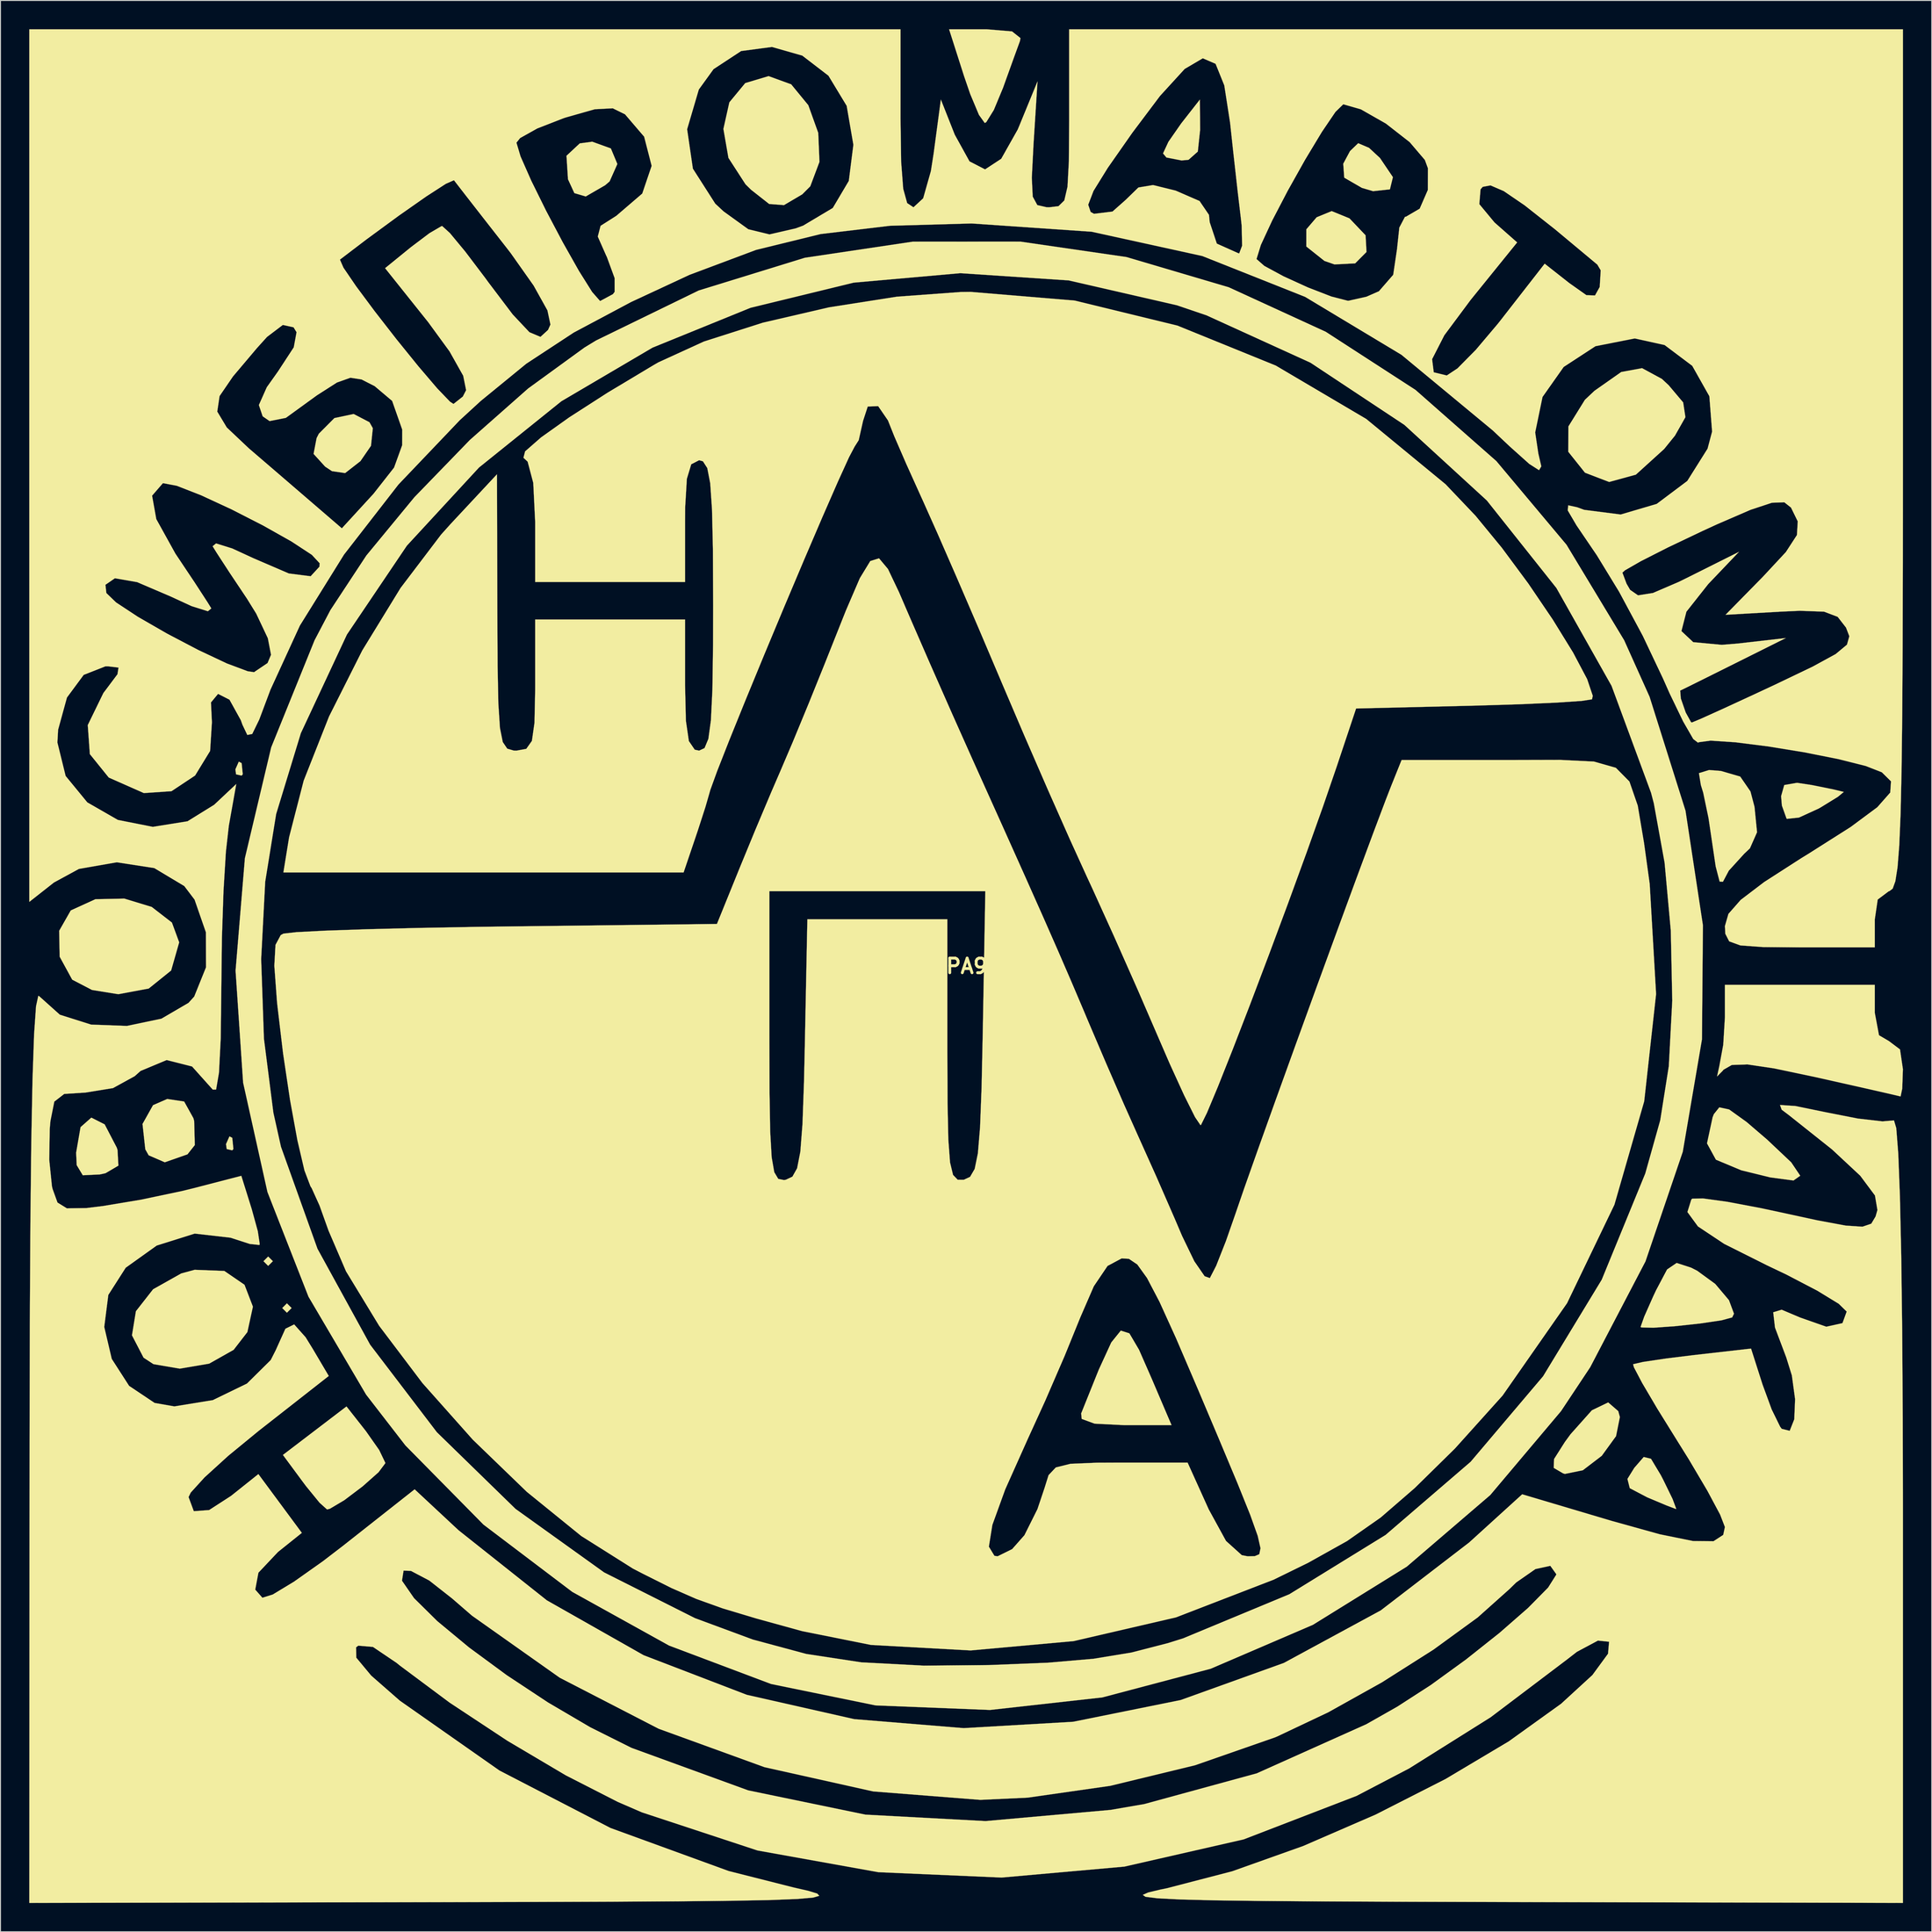
<source format=kicad_pcb>
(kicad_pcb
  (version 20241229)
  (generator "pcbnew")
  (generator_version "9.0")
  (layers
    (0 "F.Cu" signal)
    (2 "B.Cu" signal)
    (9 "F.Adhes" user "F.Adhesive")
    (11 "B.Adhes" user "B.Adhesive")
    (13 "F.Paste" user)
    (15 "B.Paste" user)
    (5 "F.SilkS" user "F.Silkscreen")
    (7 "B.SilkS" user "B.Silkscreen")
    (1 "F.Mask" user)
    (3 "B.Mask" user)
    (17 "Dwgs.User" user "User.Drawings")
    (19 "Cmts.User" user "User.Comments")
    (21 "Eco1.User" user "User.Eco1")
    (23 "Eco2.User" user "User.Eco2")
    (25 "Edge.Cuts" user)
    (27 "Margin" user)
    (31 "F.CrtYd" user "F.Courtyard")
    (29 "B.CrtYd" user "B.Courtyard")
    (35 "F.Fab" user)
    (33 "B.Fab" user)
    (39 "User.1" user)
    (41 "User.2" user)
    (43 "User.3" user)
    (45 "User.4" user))
  (footprint "NPA90"
    (layer "F.Cu")
    (at 97.697 97.697)
    (property "Reference" "NPA90" (at 0 0 0) (layer "F.SilkS") (effects (font (size 1.524 1.524) (thickness 0.3))))
    (attr through_hole)
    (fp_poly (pts (xy -72.292 30.773) (xy -72.781 31.262) (xy -73.269 30.773) (xy -72.781 30.285) (xy -72.292 30.773)) (stroke (width 0.01) (type solid)) (fill yes) (layer "F.SilkS"))
    (fp_poly (pts (xy -70.338 35.658) (xy -70.827 36.146) (xy -71.315 35.658) (xy -70.827 35.169) (xy -70.338 35.658)) (stroke (width 0.01) (type solid)) (fill yes) (layer "F.SilkS"))
    (fp_poly (pts (xy -76.526 17.91) (xy -76.409 19.07) (xy -76.526 19.213) (xy -77.106 19.079) (xy -77.177 18.562) (xy -76.819 17.757) (xy -76.526 17.91)) (stroke (width 0.01) (type solid)) (fill yes) (layer "F.SilkS"))
    (fp_poly (pts (xy -75.549 -21.167) (xy -75.432 -20.007) (xy -75.549 -19.864) (xy -76.129 -19.998) (xy -76.2 -20.515) (xy -75.843 -21.32) (xy -75.549 -21.167)) (stroke (width 0.01) (type solid)) (fill yes) (layer "F.SilkS"))
    (fp_poly (pts (xy -37.046 -85.267) (xy -36.369 -83.645) (xy -37.175 -81.833) (xy -37.64 -81.432) (xy -39.666 -80.26) (xy -40.85 -80.607) (xy -41.516 -82.053) (xy -41.672 -84.503) (xy -40.286 -85.794) (xy -38.989 -85.969) (xy -37.046 -85.267)) (stroke (width 0.01) (type solid)) (fill yes) (layer "F.SilkS"))
    (fp_poly (pts (xy 24.401 -87.19) (xy 24.163 -84.941) (xy 23.197 -84.084) (xy 22.469 -84.015) (xy 20.891 -84.322) (xy 20.537 -84.748) (xy 21.1 -85.961) (xy 22.428 -87.871) (xy 22.469 -87.923) (xy 24.38 -90.365) (xy 24.401 -87.19)) (stroke (width 0.01) (type solid)) (fill yes) (layer "F.SilkS"))
    (fp_poly (pts (xy 39.977 -77.975) (xy 41.658 -76.208) (xy 41.754 -74.471) (xy 40.573 -73.284) (xy 38.422 -73.171) (xy 37.367 -73.538) (xy 35.476 -75.042) (xy 35.479 -76.831) (xy 36.558 -78.09) (xy 38.124 -78.732) (xy 39.977 -77.975)) (stroke (width 0.01) (type solid)) (fill yes) (layer "F.SilkS"))
    (fp_poly (pts (xy 42.018 -85.328) (xy 43.159 -84.27) (xy 44.508 -82.272) (xy 44.197 -81.002) (xy 42.439 -80.811) (xy 41.275 -81.155) (xy 39.433 -82.22) (xy 39.33 -83.673) (xy 40.037 -84.992) (xy 40.888 -85.811) (xy 42.018 -85.328)) (stroke (width 0.01) (type solid)) (fill yes) (layer "F.SilkS"))
    (fp_poly (pts (xy -89.833 16.506) (xy -88.569 18.932) (xy -88.493 19.175) (xy -88.401 20.807) (xy -89.746 21.597) (xy -90.337 21.726) (xy -92.114 21.81) (xy -92.747 20.756) (xy -92.808 19.461) (xy -92.346 16.796) (xy -91.223 15.802) (xy -89.833 16.506)) (stroke (width 0.01) (type solid)) (fill yes) (layer "F.SilkS"))
    (fp_poly (pts (xy -81.544 14.122) (xy -80.578 15.862) (xy -80.498 16.161) (xy -80.432 18.663) (xy -81.197 19.628) (xy -83.563 20.458) (xy -85.244 19.728) (xy -85.594 19.107) (xy -85.884 16.462) (xy -84.787 14.503) (xy -83.307 13.858) (xy -81.544 14.122)) (stroke (width 0.01) (type solid)) (fill yes) (layer "F.SilkS"))
    (fp_poly (pts (xy -62.222 -56.717) (xy -61.868 -56.092) (xy -62.06 -54.258) (xy -63.16 -52.66) (xy -64.757 -51.414) (xy -66.125 -51.614) (xy -66.839 -52.086) (xy -68.045 -53.413) (xy -67.73 -55.061) (xy -67.497 -55.518) (xy -65.874 -57.149) (xy -63.866 -57.574) (xy -62.222 -56.717)) (stroke (width 0.01) (type solid)) (fill yes) (layer "F.SilkS"))
    (fp_poly (pts (xy 17.026 38.298) (xy 18.029 40.002) (xy 19.356 43.027) (xy 19.442 43.229) (xy 21.423 47.869) (xy 16.468 47.869) (xy 13.408 47.717) (xy 12.056 47.22) (xy 12 46.648) (xy 13.833 42.091) (xy 15.14 39.245) (xy 16.133 38.013) (xy 17.026 38.298)) (stroke (width 0.01) (type solid)) (fill yes) (layer "F.SilkS"))
    (fp_poly (pts (xy 68.007 46.408) (xy 68.177 47.024) (xy 67.776 49.018) (xy 66.289 51.065) (xy 64.312 52.575) (xy 62.444 52.956) (xy 62.254 52.897) (xy 61.282 52.329) (xy 61.312 51.408) (xy 62.44 49.629) (xy 63.027 48.825) (xy 65.259 46.321) (xy 66.959 45.502) (xy 68.007 46.408)) (stroke (width 0.01) (type solid)) (fill yes) (layer "F.SilkS"))
    (fp_poly (pts (xy 71.42 51.377) (xy 72.444 53.082) (xy 72.685 53.545) (xy 73.67 55.566) (xy 74.049 56.586) (xy 74.027 56.617) (xy 73.04 56.243) (xy 71.042 55.404) (xy 71.025 55.396) (xy 69.209 54.442) (xy 68.966 53.478) (xy 69.682 52.324) (xy 70.665 51.192) (xy 71.42 51.377)) (stroke (width 0.01) (type solid)) (fill yes) (layer "F.SilkS"))
    (fp_poly (pts (xy 79.572 14.952) (xy 81.397 16.262) (xy 83.527 18.088) (xy 86.044 20.465) (xy 86.985 21.861) (xy 86.279 22.357) (xy 83.86 22.035) (xy 80.84 21.294) (xy 78.193 20.187) (xy 77.263 18.486) (xy 77.847 15.774) (xy 77.978 15.439) (xy 78.545 14.731) (xy 79.572 14.952)) (stroke (width 0.01) (type solid)) (fill yes) (layer "F.SilkS"))
    (fp_poly (pts (xy -77.355 31.79) (xy -75.252 33.231) (xy -74.373 35.516) (xy -74.951 38.165) (xy -76.384 40.016) (xy -78.935 41.456) (xy -82.002 41.978) (xy -84.743 41.509) (xy -85.774 40.835) (xy -86.984 38.505) (xy -86.573 35.99) (xy -84.781 33.701) (xy -81.848 32.052) (xy -80.448 31.671) (xy -77.355 31.79)) (stroke (width 0.01) (type solid)) (fill yes) (layer "F.SilkS"))
    (fp_poly (pts (xy -62.592 48.492) (xy -61.207 50.464) (xy -60.573 51.786) (xy -60.569 51.842) (xy -61.272 52.781) (xy -62.925 54.247) (xy -64.843 55.696) (xy -66.341 56.584) (xy -66.642 56.662) (xy -67.423 55.959) (xy -68.837 54.226) (xy -69.142 53.819) (xy -71.243 50.977) (xy -64.614 45.921) (xy -62.592 48.492)) (stroke (width 0.01) (type solid)) (fill yes) (layer "F.SilkS"))
    (fp_poly (pts (xy 4.787 -97.472) (xy 5.669 -96.775) (xy 5.616 -96.471) (xy 5.007 -94.802) (xy 4.075 -92.216) (xy 3.85 -91.587) (xy 2.889 -89.277) (xy 2.101 -88.007) (xy 1.944 -87.923) (xy 1.34 -88.769) (xy 0.43 -90.94) (xy -0.212 -92.808) (xy -1.774 -97.692) (xy 2.148 -97.692) (xy 4.787 -97.472)) (stroke (width 0.01) (type solid)) (fill yes) (layer "F.SilkS"))
    (fp_poly (pts (xy 88.167 -18.885) (xy 90.376 -18.441) (xy 91.5 -18.17) (xy 91.523 -18.159) (xy 90.907 -17.652) (xy 89.162 -16.578) (xy 88.912 -16.433) (xy 86.858 -15.493) (xy 85.605 -15.356) (xy 85.555 -15.393) (xy 85.071 -16.746) (xy 84.992 -17.723) (xy 85.32 -18.883) (xy 86.653 -19.114) (xy 88.167 -18.885)) (stroke (width 0.01) (type solid)) (fill yes) (layer "F.SilkS"))
    (fp_poly (pts (xy -84.926 -6.169) (xy -82.821 -4.541) (xy -82.062 -2.478) (xy -82.902 0.459) (xy -85.237 2.339) (xy -88.412 2.931) (xy -91.15 2.489) (xy -93.199 1.423) (xy -93.226 1.396) (xy -94.525 -0.981) (xy -94.577 -3.681) (xy -93.365 -5.805) (xy -93.364 -5.805) (xy -90.794 -6.977) (xy -87.783 -7.039) (xy -84.926 -6.169)) (stroke (width 0.01) (type solid)) (fill yes) (layer "F.SilkS"))
    (fp_poly (pts (xy -18.241 -91.951) (xy -16.458 -89.779) (xy -15.419 -86.886) (xy -15.293 -83.869) (xy -16.249 -81.322) (xy -17.087 -80.482) (xy -18.994 -79.358) (xy -20.535 -79.474) (xy -22.42 -80.956) (xy -23.002 -81.529) (xy -24.783 -84.281) (xy -25.308 -87.302) (xy -24.688 -90.074) (xy -23.031 -92.081) (xy -20.597 -92.808) (xy -18.241 -91.951)) (stroke (width 0.01) (type solid)) (fill yes) (layer "F.SilkS"))
    (fp_poly (pts (xy 72.556 -61.234) (xy 73.269 -60.569) (xy 74.778 -58.779) (xy 75.011 -57.243) (xy 73.921 -55.318) (xy 72.792 -53.923) (xy 69.845 -51.25) (xy 67.058 -50.486) (xy 64.54 -51.452) (xy 62.8 -53.632) (xy 62.809 -56.275) (xy 64.53 -59.052) (xy 65.529 -59.994) (xy 68.319 -61.953) (xy 70.491 -62.353) (xy 72.556 -61.234)) (stroke (width 0.01) (type solid)) (fill yes) (layer "F.SilkS"))
    (fp_poly (pts (xy 75.603 31.447) (xy 76.236 31.769) (xy 78.12 33.143) (xy 79.55 34.838) (xy 80.075 36.249) (xy 79.886 36.637) (xy 78.766 36.94) (xy 76.549 37.269) (xy 73.944 37.551) (xy 71.661 37.712) (xy 70.408 37.679) (xy 70.338 37.626) (xy 70.719 36.547) (xy 71.664 34.416) (xy 71.959 33.792) (xy 73.1 31.636) (xy 74.097 30.957) (xy 75.603 31.447)) (stroke (width 0.01) (type solid)) (fill yes) (layer "F.SilkS"))
    (fp_poly (pts (xy 78.717 -20.349) (xy 80.726 -19.764) (xy 81.795 -18.211) (xy 82.216 -16.608) (xy 82.48 -13.96) (xy 81.737 -12.28) (xy 81.147 -11.723) (xy 79.537 -9.953) (xy 78.924 -8.797) (xy 78.581 -8.812) (xy 78.167 -10.401) (xy 77.899 -12.216) (xy 77.42 -15.446) (xy 76.869 -18.079) (xy 76.623 -18.884) (xy 76.423 -20.121) (xy 77.484 -20.448) (xy 78.717 -20.349)) (stroke (width 0.01) (type solid)) (fill yes) (layer "F.SilkS"))
    (fp_poly (pts (xy 94.762 4.885) (xy 95.198 7.211) (xy 96.227 7.815) (xy 97.39 8.689) (xy 97.692 10.746) (xy 97.622 12.777) (xy 97.452 13.593) (xy 97.448 13.592) (xy 96.452 13.357) (xy 93.989 12.795) (xy 90.496 12.008) (xy 88.515 11.564) (xy 84.241 10.664) (xy 81.477 10.254) (xy 79.85 10.309) (xy 78.987 10.803) (xy 78.898 10.916) (xy 78.31 11.512) (xy 78.55 10.422) (xy 78.958 8.201) (xy 79.131 5.34) (xy 79.131 5.293) (xy 79.131 1.954) (xy 94.762 1.954) (xy 94.762 4.885)) (stroke (width 0.01) (type solid)) (fill yes) (layer "F.SilkS"))
    (fp_poly (pts (xy 16.72 -73.942) (xy 27.392 -70.788) (xy 37.502 -66.148) (xy 46.865 -60.085) (xy 55.296 -52.661) (xy 62.61 -43.939) (xy 68.622 -33.983) (xy 71.272 -28.088) (xy 75.02 -16.203) (xy 76.837 -4.256) (xy 76.737 7.638) (xy 74.735 19.36) (xy 70.845 30.796) (xy 65.082 41.828) (xy 62.042 46.404) (xy 54.657 55.163) (xy 45.955 62.625) (xy 36.163 68.693) (xy 25.505 73.272) (xy 14.207 76.263) (xy 2.494 77.571) (xy -9.407 77.098) (xy -9.458 77.092) (xy -20.339 74.861) (xy -30.973 70.856) (xy -41.069 65.256) (xy -50.331 58.24) (xy -58.467 49.987) (xy -62.567 44.687) (xy -68.576 34.476) (xy -72.855 23.558) (xy -75.393 12.152) (xy -76.181 0.476) (xy -76.081 -0.725) (xy -73.513 -0.725) (xy -73.224 7.57) (xy -72.239 15.292) (xy -71.448 18.842) (xy -67.641 29.477) (xy -62.15 39.481) (xy -55.193 48.606) (xy -46.988 56.604) (xy -37.752 63.227) (xy -28.275 67.997) (xy -22.248 70.227) (xy -16.669 71.73) (xy -10.926 72.605) (xy -4.409 72.948) (xy 2.442 72.888) (xy 8.538 72.643) (xy 13.274 72.235) (xy 17.241 71.583) (xy 21.031 70.605) (xy 22.632 70.104) (xy 33.711 65.503) (xy 43.75 59.317) (xy 52.615 51.692) (xy 60.172 42.771) (xy 66.287 32.702) (xy 70.826 21.63) (xy 72.388 16.075) (xy 73.281 10.429) (xy 73.641 3.605) (xy 73.488 -3.702) (xy 72.84 -10.794) (xy 71.718 -16.976) (xy 71.43 -18.073) (xy 67.312 -29.223) (xy 61.553 -39.436) (xy 54.301 -48.559) (xy 45.705 -56.439) (xy 35.912 -62.925) (xy 25.072 -67.864) (xy 21.981 -68.914) (xy 10.69 -71.507) (xy -0.605 -72.259) (xy -11.722 -71.273) (xy -22.482 -68.651) (xy -32.701 -64.495) (xy -42.201 -58.908) (xy -50.799 -51.991) (xy -58.315 -43.847) (xy -64.568 -34.578) (xy -69.376 -24.287) (xy -71.951 -15.855) (xy -73.092 -8.798) (xy -73.513 -0.725) (xy -76.081 -0.725) (xy -75.208 -11.25) (xy -72.465 -22.808) (xy -67.941 -33.979) (xy -66.29 -37.123) (xy -62.539 -42.82) (xy -57.528 -48.899) (xy -51.743 -54.869) (xy -45.67 -60.234) (xy -39.796 -64.503) (xy -38.588 -65.24) (xy -27.884 -70.452) (xy -16.816 -73.866) (xy -5.569 -75.544) (xy 5.671 -75.549) (xy 16.72 -73.942)) (stroke (width 0.01) (type solid)) (fill yes) (layer "F.SilkS"))
    (fp_poly (pts (xy 11.32 -69.404) (xy 22.037 -66.791) (xy 32.289 -62.625) (xy 41.726 -57.058) (xy 50 -50.248) (xy 53.13 -46.956) (xy 55.868 -43.623) (xy 58.625 -39.9) (xy 61.175 -36.141) (xy 63.296 -32.7) (xy 64.763 -29.928) (xy 65.352 -28.181) (xy 65.268 -27.819) (xy 64.204 -27.654) (xy 61.574 -27.477) (xy 57.763 -27.306) (xy 53.16 -27.164) (xy 52.782 -27.155) (xy 40.67 -26.865) (xy 38.652 -20.821) (xy 37.23 -16.679) (xy 35.494 -11.807) (xy 33.563 -6.517) (xy 31.554 -1.12) (xy 29.588 4.071) (xy 27.781 8.745) (xy 26.252 12.59) (xy 25.12 15.293) (xy 24.504 16.544) (xy 24.446 16.593) (xy 23.874 15.747) (xy 22.741 13.479) (xy 21.231 10.171) (xy 20.098 7.556) (xy 17.907 2.492) (xy 15.461 -3.029) (xy 13.196 -8.025) (xy 12.614 -9.281) (xy 10.811 -13.24) (xy 8.54 -18.364) (xy 6.084 -24.011) (xy 3.722 -29.541) (xy 3.555 -29.937) (xy 1.309 -35.222) (xy -0.952 -40.472) (xy -2.984 -45.125) (xy -4.544 -48.617) (xy -4.713 -48.987) (xy -6.239 -52.369) (xy -7.477 -55.223) (xy -8.149 -56.906) (xy -9.171 -58.395) (xy -10.258 -58.355) (xy -10.746 -56.857) (xy -11.199 -54.844) (xy -11.627 -54.17) (xy -12.205 -53.075) (xy -13.372 -50.512) (xy -14.985 -46.825) (xy -16.9 -42.357) (xy -18.973 -37.451) (xy -21.06 -32.451) (xy -23.018 -27.699) (xy -24.702 -23.54) (xy -25.969 -20.315) (xy -26.674 -18.37) (xy -26.758 -18.073) (xy -27.19 -16.576) (xy -27.993 -14.093) (xy -28.216 -13.433) (xy -29.459 -9.769) (xy -71.193 -9.769) (xy -70.599 -13.429) (xy -69.075 -19.344) (xy -66.432 -26.032) (xy -62.966 -32.92) (xy -58.973 -39.433) (xy -54.75 -44.997) (xy -53.743 -46.118) (xy -48.921 -51.288) (xy -48.883 -36.879) (xy -48.856 -31.301) (xy -48.779 -27.384) (xy -48.613 -24.836) (xy -48.318 -23.364) (xy -47.852 -22.675) (xy -47.176 -22.477) (xy -46.892 -22.469) (xy -45.866 -22.654) (xy -45.277 -23.486) (xy -45.008 -25.383) (xy -44.939 -28.763) (xy -44.938 -29.308) (xy -44.938 -36.146) (xy -29.308 -36.146) (xy -29.308 -29.308) (xy -29.222 -25.592) (xy -28.912 -23.466) (xy -28.301 -22.569) (xy -27.842 -22.469) (xy -27.277 -22.731) (xy -26.875 -23.697) (xy -26.61 -25.632) (xy -26.456 -28.806) (xy -26.388 -33.485) (xy -26.377 -37.612) (xy -26.402 -43.454) (xy -26.496 -47.61) (xy -26.683 -50.349) (xy -26.99 -51.937) (xy -27.443 -52.642) (xy -27.842 -52.754) (xy -28.664 -52.33) (xy -29.121 -50.815) (xy -29.297 -47.845) (xy -29.308 -46.404) (xy -29.308 -40.054) (xy -44.938 -40.054) (xy -44.938 -46.322) (xy -45.136 -50.388) (xy -45.724 -52.607) (xy -46.16 -53.01) (xy -45.987 -53.677) (xy -44.323 -55.133) (xy -41.386 -57.223) (xy -37.395 -59.792) (xy -32.569 -62.684) (xy -32.103 -62.954) (xy -27.331 -65.135) (xy -21.2 -67.094) (xy -14.299 -68.696) (xy -7.221 -69.807) (xy -0.556 -70.296) (xy 0.488 -70.307) (xy 11.32 -69.404)) (stroke (width 0.01) (type solid)) (fill yes) (layer "F.SilkS"))
    (fp_poly (pts (xy -8.148 -41.41) (xy -6.999 -38.997) (xy -5.894 -36.432) (xy -3.785 -31.591) (xy -1.416 -26.222) (xy 0.696 -21.492) (xy 3.754 -14.7) (xy 6.158 -9.339) (xy 8.061 -5.065) (xy 9.615 -1.529) (xy 10.975 1.614) (xy 12.293 4.712) (xy 12.777 5.862) (xy 14.602 10.139) (xy 16.483 14.46) (xy 18.031 17.924) (xy 18.099 18.073) (xy 19.862 22.001) (xy 21.756 26.34) (xy 22.523 28.139) (xy 23.798 30.779) (xy 24.876 32.343) (xy 25.419 32.535) (xy 26.08 31.25) (xy 27.09 28.691) (xy 28.069 25.888) (xy 28.98 23.238) (xy 30.418 19.174) (xy 32.246 14.072) (xy 34.328 8.305) (xy 36.528 2.25) (xy 38.708 -3.718) (xy 40.732 -9.224) (xy 42.465 -13.893) (xy 43.768 -17.35) (xy 44.335 -18.806) (xy 45.415 -21.492) (xy 56.924 -21.492) (xy 61.968 -21.502) (xy 65.469 -21.33) (xy 67.759 -20.678) (xy 69.172 -19.247) (xy 70.04 -16.737) (xy 70.695 -12.849) (xy 71.287 -8.567) (xy 71.953 2.912) (xy 70.713 14.1) (xy 67.606 24.884) (xy 62.669 35.15) (xy 55.944 44.786) (xy 50.973 50.312) (xy 46.776 54.436) (xy 43.232 57.503) (xy 39.732 59.952) (xy 35.673 62.221) (xy 32.068 63.986) (xy 21.884 67.917) (xy 11.211 70.391) (xy 0.471 71.364) (xy -9.918 70.79) (xy -17.096 69.351) (xy -21.904 68.025) (xy -25.395 66.975) (xy -28.144 65.989) (xy -30.726 64.856) (xy -33.714 63.361) (xy -34.742 62.829) (xy -38.369 60.542) (xy 2.373 60.542) (xy 2.953 61.498) (xy 3.288 61.546) (xy 4.802 60.798) (xy 6.083 59.348) (xy 7.439 56.632) (xy 8.168 54.463) (xy 8.601 53.082) (xy 9.358 52.28) (xy 10.893 51.9) (xy 13.666 51.785) (xy 15.964 51.777) (xy 23.098 51.777) (xy 25.305 56.662) (xy 27.104 59.946) (xy 28.749 61.428) (xy 29.357 61.546) (xy 30.105 61.532) (xy 30.577 61.33) (xy 30.703 60.706) (xy 30.413 59.422) (xy 29.636 57.242) (xy 28.302 53.929) (xy 26.341 49.247) (xy 24.188 44.156) (xy 21.889 38.795) (xy 20.164 35) (xy 18.866 32.523) (xy 17.852 31.114) (xy 16.976 30.524) (xy 16.224 30.479) (xy 14.75 31.266) (xy 13.319 33.385) (xy 11.908 36.635) (xy 10.277 40.645) (xy 8.245 45.337) (xy 6.421 49.335) (xy 4.077 54.575) (xy 2.738 58.273) (xy 2.373 60.542) (xy -38.369 60.542) (xy -40.132 59.431) (xy -45.812 54.823) (xy -51.444 49.383) (xy -56.689 43.487) (xy -61.208 37.509) (xy -64.663 31.828) (xy -66.489 27.579) (xy -67.422 24.975) (xy -68.241 23.164) (xy -68.372 22.958) (xy -68.996 21.314) (xy -69.732 18.165) (xy -70.502 13.949) (xy -71.226 9.106) (xy -71.824 4.075) (xy -71.864 3.676) (xy -72.138 -0.038) (xy -72.018 -2.214) (xy -71.47 -3.236) (xy -71.184 -3.388) (xy -69.854 -3.538) (xy -66.87 -3.694) (xy -62.529 -3.844) (xy -57.131 -3.98) (xy -50.975 -4.092) (xy -47.916 -4.133) (xy -25.983 -4.396) (xy -24.595 -7.815) (xy -20.515 -7.815) (xy -20.515 7.399) (xy -20.499 13.165) (xy -20.43 17.252) (xy -20.276 19.935) (xy -20.006 21.49) (xy -19.588 22.191) (xy -18.991 22.313) (xy -18.806 22.284) (xy -18.113 21.957) (xy -17.621 21.08) (xy -17.284 19.351) (xy -17.061 16.466) (xy -16.906 12.12) (xy -16.824 8.536) (xy -16.553 -4.885) (xy -1.954 -4.885) (xy -1.954 8.864) (xy -1.935 14.303) (xy -1.855 18.076) (xy -1.676 20.472) (xy -1.361 21.777) (xy -0.875 22.281) (xy -0.244 22.284) (xy 0.417 21.976) (xy 0.896 21.15) (xy 1.23 19.52) (xy 1.457 16.796) (xy 1.614 12.688) (xy 1.735 7.07) (xy 2.005 -7.815) (xy -20.515 -7.815) (xy -24.595 -7.815) (xy -23.604 -10.258) (xy -21.984 -14.191) (xy -20.322 -18.132) (xy -19.367 -20.341) (xy -18.079 -23.36) (xy -16.418 -27.38) (xy -14.722 -31.58) (xy -14.56 -31.987) (xy -12.537 -37.07) (xy -11.08 -40.454) (xy -9.993 -42.238) (xy -9.081 -42.524) (xy -8.148 -41.41)) (stroke (width 0.01) (type solid)) (fill yes) (layer "F.SilkS"))
    (fp_poly (pts (xy -6.838 -88.412) (xy -6.776 -83.91) (xy -6.56 -81.062) (xy -6.147 -79.568) (xy -5.494 -79.131) (xy -5.486 -79.131) (xy -4.476 -80.066) (xy -3.673 -82.897) (xy -3.383 -84.748) (xy -2.632 -90.365) (xy -1.184 -86.702) (xy 0.354 -83.918) (xy 1.979 -83.081) (xy 3.663 -84.187) (xy 5.381 -87.233) (xy 5.555 -87.647) (xy 7.447 -92.256) (xy 7.029 -85.694) (xy 6.851 -82.208) (xy 6.947 -80.24) (xy 7.426 -79.359) (xy 8.396 -79.135) (xy 8.679 -79.131) (xy 9.638 -79.248) (xy 9.79 -79.397) (xy 12.733 -79.397) (xy 12.986 -78.645) (xy 13.338 -78.45) (xy 15.265 -78.684) (xy 16.63 -79.893) (xy 17.969 -81.196) (xy 19.495 -81.449) (xy 21.851 -80.869) (xy 24.343 -79.785) (xy 25.328 -78.338) (xy 25.4 -77.583) (xy 26.146 -75.341) (xy 28.403 -74.333) (xy 28.482 -74.323) (xy 28.784 -75.124) (xy 28.738 -77.209) (xy 28.662 -77.91) (xy 28.308 -80.897) (xy 27.866 -84.842) (xy 27.534 -87.923) (xy 26.926 -91.84) (xy 26.018 -94.093) (xy 24.683 -94.67) (xy 22.793 -93.558) (xy 20.223 -90.745) (xy 17.338 -86.908) (xy 14.775 -83.245) (xy 13.285 -80.836) (xy 12.733 -79.397) (xy 9.79 -79.397) (xy 10.243 -79.842) (xy 10.576 -81.278) (xy 10.716 -83.919) (xy 10.746 -88.13) (xy 10.746 -88.412) (xy 10.746 -97.692) (xy 97.692 -97.692) (xy 97.692 -52.754) (xy 97.686 -42.108) (xy 97.664 -33.255) (xy 97.621 -26.037) (xy 97.551 -20.292) (xy 97.45 -15.862) (xy 97.312 -12.585) (xy 97.132 -10.303) (xy 96.905 -8.854) (xy 96.626 -8.08) (xy 96.289 -7.82) (xy 96.227 -7.815) (xy 95.064 -6.942) (xy 94.762 -4.885) (xy 94.762 -1.954) (xy 86.946 -1.954) (xy 83.066 -1.986) (xy 80.742 -2.157) (xy 79.577 -2.581) (xy 79.173 -3.369) (xy 79.131 -4.173) (xy 79.498 -5.446) (xy 80.775 -6.901) (xy 83.223 -8.764) (xy 87.103 -11.26) (xy 87.892 -11.744) (xy 92.251 -14.51) (xy 95.025 -16.569) (xy 96.372 -18.097) (xy 96.451 -19.269) (xy 95.494 -20.213) (xy 93.809 -20.871) (xy 90.937 -21.593) (xy 87.381 -22.299) (xy 83.644 -22.908) (xy 80.23 -23.34) (xy 77.642 -23.513) (xy 76.383 -23.346) (xy 76.341 -23.289) (xy 75.833 -23.675) (xy 74.772 -25.519) (xy 73.35 -28.47) (xy 72.683 -29.974) (xy 70.566 -34.441) (xy 68.094 -39.042) (xy 66.88 -41.031) (xy 68.439 -41.031) (xy 68.87 -39.881) (xy 69.242 -39.237) (xy 70.071 -38.662) (xy 71.624 -38.908) (xy 74.312 -40.063) (xy 75.333 -40.565) (xy 80.596 -43.2) (xy 77.389 -39.837) (xy 75.114 -36.957) (xy 74.595 -34.935) (xy 75.826 -33.78) (xy 78.803 -33.502) (xy 80.485 -33.639) (xy 85.481 -34.21) (xy 80.108 -31.529) (xy 77.25 -30.105) (xy 75.2 -29.088) (xy 74.467 -28.729) (xy 74.533 -27.906) (xy 75.044 -26.439) (xy 75.593 -25.445) (xy 75.681 -25.4) (xy 76.613 -25.787) (xy 78.914 -26.826) (xy 82.187 -28.336) (xy 84.376 -29.358) (xy 88.279 -31.228) (xy 90.678 -32.538) (xy 91.859 -33.519) (xy 92.105 -34.399) (xy 91.759 -35.302) (xy 90.888 -36.423) (xy 89.468 -36.961) (xy 86.951 -37.052) (xy 84.946 -36.962) (xy 79.196 -36.635) (xy 83.071 -40.579) (xy 85.486 -43.175) (xy 86.64 -44.949) (xy 86.726 -46.378) (xy 86.021 -47.819) (xy 85.322 -48.368) (xy 84.032 -48.32) (xy 81.808 -47.585) (xy 78.307 -46.071) (xy 76.794 -45.376) (xy 73.185 -43.658) (xy 70.358 -42.222) (xy 68.706 -41.273) (xy 68.439 -41.031) (xy 66.88 -41.031) (xy 65.776 -42.838) (xy 65.605 -43.089) (xy 63.654 -45.962) (xy 62.74 -47.52) (xy 62.79 -48.051) (xy 63.729 -47.846) (xy 64.451 -47.58) (xy 68.265 -47.092) (xy 72.019 -48.198) (xy 75.206 -50.59) (xy 77.323 -53.959) (xy 77.795 -55.739) (xy 77.51 -59.427) (xy 75.723 -62.6) (xy 72.84 -64.767) (xy 69.729 -65.454) (xy 65.631 -64.645) (xy 62.316 -62.481) (xy 60.11 -59.352) (xy 59.344 -55.652) (xy 59.673 -53.449) (xy 59.983 -52.116) (xy 59.747 -51.716) (xy 58.727 -52.37) (xy 56.685 -54.198) (xy 54.917 -55.865) (xy 45.951 -63.292) (xy 48.595 -63.292) (xy 48.767 -61.921) (xy 50.125 -61.59) (xy 51.249 -62.335) (xy 53.151 -64.262) (xy 55.448 -66.979) (xy 55.811 -67.44) (xy 60.335 -73.247) (xy 62.897 -71.231) (xy 64.683 -69.968) (xy 65.583 -69.936) (xy 66.075 -70.82) (xy 66.181 -72.555) (xy 65.828 -73.153) (xy 61.418 -76.831) (xy 58.237 -79.34) (xy 56.066 -80.821) (xy 54.685 -81.415) (xy 53.875 -81.265) (xy 53.646 -81.003) (xy 53.518 -79.459) (xy 55.101 -77.551) (xy 55.109 -77.543) (xy 57.464 -75.467) (xy 52.615 -69.474) (xy 49.871 -65.786) (xy 48.595 -63.292) (xy 45.951 -63.292) (xy 45.4 -63.748) (xy 35.352 -69.79) (xy 25.431 -73.732) (xy 30.285 -73.732) (xy 31.096 -73.019) (xy 33.097 -71.935) (xy 35.644 -70.773) (xy 38.088 -69.826) (xy 39.784 -69.387) (xy 39.874 -69.383) (xy 41.747 -69.802) (xy 43.049 -70.373) (xy 44.541 -72.09) (xy 44.938 -74.769) (xy 45.177 -77.015) (xy 45.764 -78.128) (xy 45.881 -78.154) (xy 47.301 -78.984) (xy 48.151 -80.936) (xy 48.16 -83.201) (xy 47.841 -84.068) (xy 46.256 -85.927) (xy 43.776 -87.861) (xy 41.165 -89.348) (xy 39.332 -89.873) (xy 38.516 -89.076) (xy 37.103 -86.993) (xy 35.355 -84.095) (xy 33.537 -80.851) (xy 31.91 -77.731) (xy 30.738 -75.203) (xy 30.285 -73.737) (xy 30.285 -73.732) (xy 25.431 -73.732) (xy 24.632 -74.049) (xy 13.096 -76.581) (xy 0.603 -77.441) (xy 0.488 -77.441) (xy -7.937 -77.203) (xy -15.166 -76.34) (xy -21.9 -74.689) (xy -28.84 -72.088) (xy -34.942 -69.25) (xy -40.92 -66.065) (xy -45.861 -62.822) (xy -50.609 -58.939) (xy -52.798 -56.931) (xy -59.199 -50.217) (xy -64.874 -42.911) (xy -69.477 -35.508) (xy -72.546 -28.819) (xy -73.715 -25.705) (xy -74.446 -24.207) (xy -74.957 -24.105) (xy -75.464 -25.173) (xy -75.632 -25.644) (xy -76.815 -27.782) (xy -78.007 -28.389) (xy -78.748 -27.495) (xy -78.648 -25.427) (xy -78.836 -22.438) (xy -80.404 -19.873) (xy -82.863 -18.24) (xy -85.726 -18.044) (xy -85.774 -18.056) (xy -89.405 -19.663) (xy -91.377 -22.107) (xy -91.594 -25.132) (xy -89.96 -28.488) (xy -89.806 -28.687) (xy -88.496 -30.434) (xy -88.387 -31.131) (xy -89.468 -31.261) (xy -89.751 -31.262) (xy -92.02 -30.37) (xy -93.765 -28.009) (xy -94.688 -24.649) (xy -94.762 -23.316) (xy -93.903 -19.827) (xy -91.642 -17.072) (xy -88.454 -15.241) (xy -84.812 -14.521) (xy -81.192 -15.101) (xy -78.415 -16.821) (xy -76.109 -18.988) (xy -76.887 -14.623) (xy -77.191 -11.927) (xy -77.44 -7.838) (xy -77.606 -2.918) (xy -77.665 2.132) (xy -77.728 7.51) (xy -77.912 11.112) (xy -78.212 12.876) (xy -78.559 12.878) (xy -80.716 10.469) (xy -83.368 9.796) (xy -86.088 10.932) (xy -86.702 11.479) (xy -88.963 12.721) (xy -91.831 13.188) (xy -94.051 13.33) (xy -95.085 14.132) (xy -95.489 16.164) (xy -95.562 17.003) (xy -95.614 20.185) (xy -95.331 22.953) (xy -95.269 23.228) (xy -94.751 24.659) (xy -93.772 25.263) (xy -91.757 25.234) (xy -89.999 25.02) (xy -86.044 24.361) (xy -81.756 23.456) (xy -80.458 23.136) (xy -75.582 21.872) (xy -74.498 25.336) (xy -73.862 27.651) (xy -73.663 28.988) (xy -73.694 29.082) (xy -74.697 28.974) (xy -76.714 28.321) (xy -76.717 28.32) (xy -80.442 27.894) (xy -84.405 29.141) (xy -87.637 31.451) (xy -89.451 34.288) (xy -89.877 37.629) (xy -89.094 40.963) (xy -87.283 43.776) (xy -84.623 45.556) (xy -82.563 45.915) (xy -78.553 45.263) (xy -74.994 43.536) (xy -72.514 41.083) (xy -72 40.071) (xy -70.984 37.818) (xy -70.07 37.367) (xy -68.879 38.704) (xy -68.123 39.932) (xy -66.464 42.741) (xy -73.774 48.467) (xy -76.94 51.064) (xy -79.415 53.316) (xy -80.856 54.9) (xy -81.085 55.37) (xy -80.536 56.846) (xy -78.936 56.724) (xy -76.654 55.249) (xy -73.803 52.975) (xy -71.537 56.039) (xy -69.271 59.104) (xy -71.758 61.094) (xy -73.799 63.257) (xy -74.131 65.021) (xy -73.385 65.871) (xy -72.3 65.532) (xy -70.079 64.187) (xy -69.947 64.093) (xy -58.828 64.093) (xy -57.568 65.916) (xy -55.149 68.304) (xy -51.837 71.05) (xy -47.898 73.948) (xy -43.598 76.79) (xy -39.204 79.37) (xy -34.982 81.481) (xy -34.831 81.548) (xy -22.725 85.957) (xy -10.501 88.487) (xy 2.031 89.16) (xy 15.058 87.995) (xy 18.579 87.388) (xy 30.312 84.182) (xy 41.734 79.061) (xy 44.962 77.231) (xy 48.452 74.978) (xy 52.126 72.313) (xy 55.627 69.533) (xy 58.601 66.934) (xy 60.692 64.813) (xy 61.542 63.467) (xy 61.546 63.409) (xy 60.923 62.539) (xy 59.372 62.877) (xy 57.367 64.272) (xy 56.673 64.953) (xy 53.349 67.923) (xy 48.737 71.279) (xy 43.365 74.689) (xy 37.76 77.817) (xy 32.451 80.33) (xy 32.188 80.439) (xy 23.879 83.336) (xy 15.025 85.484) (xy 6.422 86.716) (xy 1.485 86.946) (xy -9.692 86.066) (xy -21.02 83.538) (xy -32.062 79.529) (xy -42.377 74.207) (xy -51.527 67.738) (xy -53.607 65.938) (xy -55.981 64.074) (xy -57.893 63.069) (xy -58.663 63.041) (xy -58.828 64.093) (xy -69.947 64.093) (xy -67.092 62.075) (xy -65.015 60.483) (xy -57.507 54.563) (xy -52.932 58.828) (xy -43.721 66.14) (xy -33.627 71.863) (xy -22.87 75.993) (xy -11.671 78.528) (xy -0.25 79.466) (xy 11.172 78.803) (xy 22.376 76.538) (xy 33.139 72.668) (xy 43.242 67.19) (xy 52.464 60.103) (xy 52.532 60.041) (xy 57.99 55.081) (xy 67.303 57.85) (xy 72.353 59.255) (xy 75.82 59.959) (xy 77.942 59.975) (xy 78.955 59.316) (xy 79.131 58.492) (xy 78.634 57.203) (xy 77.301 54.709) (xy 75.369 51.44) (xy 74.195 49.557) (xy 72.095 46.176) (xy 70.505 43.478) (xy 69.641 41.836) (xy 69.555 41.517) (xy 70.603 41.276) (xy 73.036 40.915) (xy 75.852 40.568) (xy 81.855 39.886) (xy 83.053 43.633) (xy 84.009 46.24) (xy 84.886 48.028) (xy 85.056 48.255) (xy 85.888 48.463) (xy 86.364 47.26) (xy 86.45 45.164) (xy 86.114 42.689) (xy 85.528 40.807) (xy 84.353 37.692) (xy 84.169 36.101) (xy 85.046 35.834) (xy 86.975 36.649) (xy 89.699 37.606) (xy 91.39 37.234) (xy 91.831 36.025) (xy 91.001 35.215) (xy 88.773 33.853) (xy 85.542 32.167) (xy 83.527 31.207) (xy 79.046 28.962) (xy 76.318 27.145) (xy 75.22 25.644) (xy 75.627 24.349) (xy 75.716 24.256) (xy 76.83 24.227) (xy 79.372 24.577) (xy 82.867 25.237) (xy 84.264 25.535) (xy 88.763 26.51) (xy 91.713 27.058) (xy 93.47 27.177) (xy 94.394 26.863) (xy 94.842 26.113) (xy 95.035 25.435) (xy 94.778 23.92) (xy 93.244 21.861) (xy 90.302 19.118) (xy 85.82 15.554) (xy 85.051 14.974) (xy 84.874 14.482) (xy 86.475 14.59) (xy 89.678 15.248) (xy 92.992 15.898) (xy 95.566 16.193) (xy 96.76 16.091) (xy 97 16.896) (xy 97.208 19.569) (xy 97.381 24.025) (xy 97.518 30.177) (xy 97.617 37.942) (xy 97.676 47.233) (xy 97.692 56.604) (xy 97.692 97.692) (xy 55.929 97.601) (xy 45.862 97.574) (xy 37.611 97.54) (xy 31.035 97.493) (xy 25.996 97.427) (xy 22.354 97.335) (xy 19.971 97.213) (xy 18.708 97.055) (xy 18.426 96.855) (xy 18.985 96.607) (xy 20.246 96.305) (xy 20.953 96.161) (xy 27.75 94.395) (xy 35.144 91.763) (xy 42.704 88.484) (xy 49.997 84.773) (xy 56.589 80.848) (xy 62.048 76.926) (xy 65.312 73.932) (xy 66.943 71.706) (xy 67.05 70.456) (xy 65.884 70.338) (xy 63.694 71.509) (xy 62.69 72.288) (xy 54.698 78.332) (xy 46.208 83.663) (xy 40.721 86.53) (xy 28.946 91.067) (xy 16.505 93.907) (xy 3.704 95.048) (xy -9.152 94.488) (xy -21.755 92.223) (xy -33.801 88.251) (xy -36.33 87.155) (xy -41.74 84.391) (xy -47.835 80.783) (xy -53.857 76.807) (xy -59.05 72.938) (xy -59.388 72.663) (xy -61.857 70.996) (xy -63.385 70.866) (xy -63.618 71.042) (xy -63.593 72.12) (xy -62.038 73.99) (xy -59.052 76.604) (xy -48.661 83.889) (xy -37.084 89.88) (xy -24.76 94.368) (xy -17.949 96.093) (xy -16.447 96.436) (xy -15.521 96.72) (xy -15.309 96.952) (xy -15.952 97.137) (xy -17.59 97.281) (xy -20.363 97.391) (xy -24.411 97.471) (xy -29.873 97.527) (xy -36.89 97.567) (xy -45.602 97.594) (xy -54.463 97.613) (xy -97.692 97.692) (xy -97.663 49.579) (xy -97.638 37.274) (xy -97.578 26.898) (xy -97.485 18.427) (xy -97.356 11.836) (xy -97.191 7.1) (xy -96.99 4.195) (xy -96.752 3.097) (xy -96.653 3.146) (xy -94.508 5.069) (xy -91.251 6.1) (xy -87.51 6.239) (xy -83.913 5.485) (xy -81.087 3.835) (xy -80.494 3.179) (xy -79.262 0.124) (xy -79.275 -3.528) (xy -80.458 -6.935) (xy -81.529 -8.348) (xy -84.662 -10.224) (xy -88.568 -10.826) (xy -92.517 -10.136) (xy -95.118 -8.721) (xy -97.692 -6.697) (xy -97.692 -39.764) (xy -89.753 -39.764) (xy -89.656 -38.902) (xy -88.642 -37.923) (xy -86.361 -36.421) (xy -83.331 -34.676) (xy -80.069 -32.964) (xy -77.093 -31.562) (xy -74.918 -30.747) (xy -74.257 -30.649) (xy -72.846 -31.6) (xy -72.482 -32.466) (xy -72.816 -34.194) (xy -74.025 -36.755) (xy -74.991 -38.316) (xy -76.77 -40.977) (xy -78.149 -43.096) (xy -78.575 -43.784) (xy -78.216 -44.078) (xy -76.526 -43.55) (xy -74.308 -42.528) (xy -70.627 -40.944) (xy -68.353 -40.653) (xy -67.434 -41.651) (xy -67.408 -42.006) (xy -68.226 -42.887) (xy -70.358 -44.284) (xy -73.317 -45.95) (xy -76.619 -47.638) (xy -79.78 -49.101) (xy -82.312 -50.09) (xy -83.732 -50.36) (xy -83.771 -50.348) (xy -84.888 -49.057) (xy -84.45 -46.614) (xy -82.453 -43.008) (xy -82.228 -42.672) (xy -80.466 -40.036) (xy -79.106 -37.943) (xy -78.71 -37.301) (xy -79.068 -37.006) (xy -80.758 -37.535) (xy -82.976 -38.557) (xy -86.447 -40.041) (xy -88.765 -40.446) (xy -89.753 -39.764) (xy -97.692 -39.764) (xy -97.692 -57.825) (xy -78.092 -57.825) (xy -77.099 -56.17) (xy -74.808 -54.004) (xy -72.129 -51.703) (xy -65.098 -45.652) (xy -61.798 -49.252) (xy -59.652 -51.985) (xy -58.806 -54.323) (xy -58.801 -55.948) (xy -59.852 -58.939) (xy -61.678 -60.481) (xy -63.045 -61.178) (xy -64.207 -61.357) (xy -65.608 -60.859) (xy -67.693 -59.525) (xy -70.905 -57.195) (xy -70.937 -57.172) (xy -72.634 -56.836) (xy -73.355 -57.334) (xy -73.751 -58.508) (xy -72.923 -60.367) (xy -71.766 -61.997) (xy -70.111 -64.527) (xy -69.821 -66.103) (xy -70.133 -66.616) (xy -71.253 -66.863) (xy -72.902 -65.613) (xy -73.947 -64.455) (xy -76.448 -61.495) (xy -77.852 -59.443) (xy -78.092 -57.825) (xy -97.692 -57.825) (xy -97.692 -73.673) (xy -65.3 -73.673) (xy -64.931 -72.832) (xy -63.613 -70.899) (xy -61.662 -68.275) (xy -59.393 -65.359) (xy -57.119 -62.551) (xy -55.156 -60.25) (xy -53.817 -58.856) (xy -53.456 -58.621) (xy -52.484 -59.389) (xy -52.138 -60.059) (xy -52.442 -61.564) (xy -53.866 -64.1) (xy -56.086 -67.142) (xy -60.588 -72.781) (xy -57.892 -74.974) (xy -55.957 -76.433) (xy -54.721 -77.155) (xy -54.633 -77.172) (xy -53.83 -76.441) (xy -52.227 -74.507) (xy -50.149 -71.763) (xy -49.823 -71.315) (xy -47.279 -67.952) (xy -45.539 -66.102) (xy -44.385 -65.615) (xy -43.595 -66.34) (xy -43.345 -66.902) (xy -43.659 -68.382) (xy -45.102 -70.972) (xy -47.481 -74.341) (xy -47.961 -74.962) (xy -50.33 -77.993) (xy -52.198 -80.39) (xy -53.269 -81.773) (xy -53.406 -81.954) (xy -54.251 -81.581) (xy -56.288 -80.265) (xy -59.161 -78.253) (xy -62.514 -75.794) (xy -65.3 -73.673) (xy -97.692 -73.673) (xy -97.692 -85.869) (xy -46.892 -85.869) (xy -46.465 -84.436) (xy -45.35 -81.91) (xy -43.796 -78.763) (xy -42.052 -75.464) (xy -40.369 -72.484) (xy -38.995 -70.295) (xy -38.18 -69.367) (xy -38.147 -69.362) (xy -36.831 -70.07) (xy -36.652 -70.31) (xy -36.654 -71.754) (xy -37.461 -73.954) (xy -37.524 -74.078) (xy -38.408 -76.077) (xy -38.116 -77.197) (xy -36.478 -78.238) (xy -33.77 -80.562) (xy -32.79 -83.452) (xy -33.574 -86.495) (xy -34.237 -87.269) (xy -29.093 -87.269) (xy -28.492 -83.155) (xy -26.159 -79.508) (xy -25.292 -78.701) (xy -22.711 -76.838) (xy -20.503 -76.301) (xy -17.773 -76.93) (xy -16.995 -77.215) (xy -13.902 -79.058) (xy -12.231 -81.88) (xy -11.754 -85.65) (xy -12.452 -89.71) (xy -14.356 -92.855) (xy -17.082 -94.948) (xy -20.244 -95.851) (xy -23.458 -95.426) (xy -26.337 -93.537) (xy -27.873 -91.413) (xy -29.093 -87.269) (xy -34.237 -87.269) (xy -35.569 -88.826) (xy -36.849 -89.455) (xy -38.716 -89.357) (xy -41.751 -88.496) (xy -41.972 -88.423) (xy -44.723 -87.351) (xy -46.509 -86.351) (xy -46.892 -85.869) (xy -97.692 -85.869) (xy -97.692 -97.692) (xy -6.838 -97.692) (xy -6.838 -88.412)) (stroke (width 0.01) (type solid)) (fill yes) (layer "F.SilkS")))
  (gr_rect
    (start -3 -3)
    (end 198.395 198.395)
    (stroke (width 0.1) (type default))
    (fill no)
    (layer "Edge.Cuts")))
</source>
